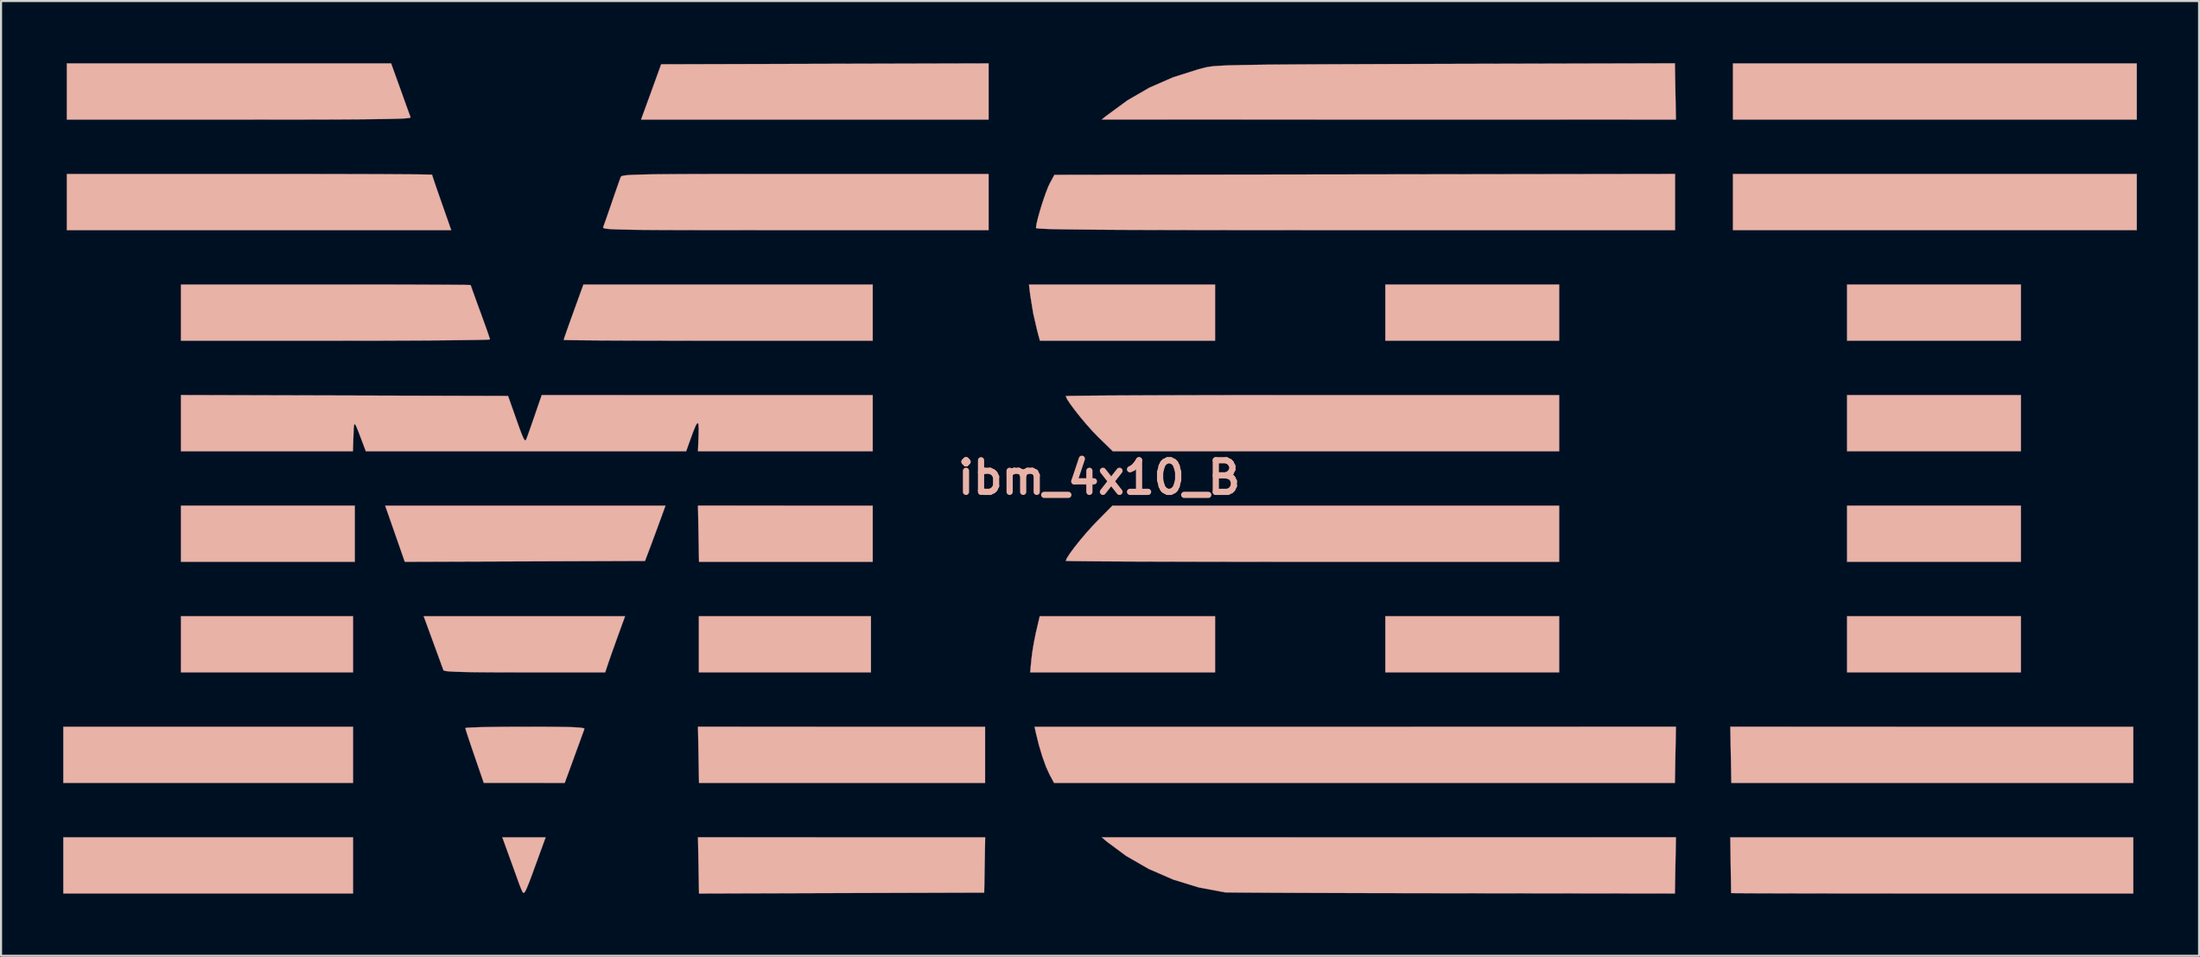
<source format=kicad_pcb>
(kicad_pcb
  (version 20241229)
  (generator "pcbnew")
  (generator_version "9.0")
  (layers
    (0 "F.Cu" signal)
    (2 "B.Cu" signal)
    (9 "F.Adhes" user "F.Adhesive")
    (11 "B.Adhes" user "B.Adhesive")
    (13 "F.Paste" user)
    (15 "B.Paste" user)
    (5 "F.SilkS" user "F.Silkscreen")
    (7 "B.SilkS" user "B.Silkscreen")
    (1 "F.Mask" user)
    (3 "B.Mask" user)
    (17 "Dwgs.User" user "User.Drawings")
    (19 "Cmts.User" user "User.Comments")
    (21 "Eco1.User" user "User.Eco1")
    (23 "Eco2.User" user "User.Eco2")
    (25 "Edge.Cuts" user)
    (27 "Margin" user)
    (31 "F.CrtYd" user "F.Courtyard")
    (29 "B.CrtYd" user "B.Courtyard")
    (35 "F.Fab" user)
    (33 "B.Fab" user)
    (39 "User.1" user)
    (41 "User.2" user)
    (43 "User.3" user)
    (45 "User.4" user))
  (footprint "ibm_4x10_B"
    (layer "F.Cu")
    (at 49.958 19.991)
    (property "Reference" "ibm_4x10_B" (at 0 0 0) (layer "B.SilkS") (effects (font (size 1.524 1.524) (thickness 0.3))))
    (attr through_hole)
    (fp_poly (pts (xy -35.983 9.398) (xy -44.281 9.398) (xy -44.281 6.689) (xy -35.983 6.689) (xy -35.983 9.398)) (stroke (width 0.01) (type solid)) (fill yes) (layer "B.SilkS"))
    (fp_poly (pts (xy -35.983 14.732) (xy -49.953 14.732) (xy -49.953 12.023) (xy -35.983 12.023) (xy -35.983 14.732)) (stroke (width 0.01) (type solid)) (fill yes) (layer "B.SilkS"))
    (fp_poly (pts (xy -35.983 20.066) (xy -49.953 20.066) (xy -49.953 17.357) (xy -35.983 17.357) (xy -35.983 20.066)) (stroke (width 0.01) (type solid)) (fill yes) (layer "B.SilkS"))
    (fp_poly (pts (xy -35.899 4.064) (xy -44.281 4.064) (xy -44.281 1.355) (xy -35.899 1.355) (xy -35.899 4.064)) (stroke (width 0.01) (type solid)) (fill yes) (layer "B.SilkS"))
    (fp_poly (pts (xy -11.007 9.398) (xy -19.304 9.398) (xy -19.304 6.689) (xy -11.007 6.689) (xy -11.007 9.398)) (stroke (width 0.01) (type solid)) (fill yes) (layer "B.SilkS"))
    (fp_poly (pts (xy 22.183 -6.604) (xy 13.801 -6.604) (xy 13.801 -9.313) (xy 22.183 -9.313) (xy 22.183 -6.604)) (stroke (width 0.01) (type solid)) (fill yes) (layer "B.SilkS"))
    (fp_poly (pts (xy 22.183 9.398) (xy 13.801 9.398) (xy 13.801 6.689) (xy 22.183 6.689) (xy 22.183 9.398)) (stroke (width 0.01) (type solid)) (fill yes) (layer "B.SilkS"))
    (fp_poly (pts (xy 44.45 -6.604) (xy 36.068 -6.604) (xy 36.068 -9.313) (xy 44.45 -9.313) (xy 44.45 -6.604)) (stroke (width 0.01) (type solid)) (fill yes) (layer "B.SilkS"))
    (fp_poly (pts (xy 44.45 -1.27) (xy 36.068 -1.27) (xy 36.068 -3.979) (xy 44.45 -3.979) (xy 44.45 -1.27)) (stroke (width 0.01) (type solid)) (fill yes) (layer "B.SilkS"))
    (fp_poly (pts (xy 44.45 4.064) (xy 36.068 4.064) (xy 36.068 1.355) (xy 44.45 1.355) (xy 44.45 4.064)) (stroke (width 0.01) (type solid)) (fill yes) (layer "B.SilkS"))
    (fp_poly (pts (xy 44.45 9.398) (xy 36.068 9.398) (xy 36.068 6.689) (xy 44.45 6.689) (xy 44.45 9.398)) (stroke (width 0.01) (type solid)) (fill yes) (layer "B.SilkS"))
    (fp_poly (pts (xy 50.038 -17.272) (xy 30.565 -17.272) (xy 30.565 -19.981) (xy 50.038 -19.981) (xy 50.038 -17.272)) (stroke (width 0.01) (type solid)) (fill yes) (layer "B.SilkS"))
    (fp_poly (pts (xy 50.038 -11.938) (xy 30.565 -11.938) (xy 30.565 -14.647) (xy 50.038 -14.647) (xy 50.038 -11.938)) (stroke (width 0.01) (type solid)) (fill yes) (layer "B.SilkS"))
    (fp_poly (pts (xy -15.134 1.355) (xy -10.922 1.355) (xy -10.922 4.064) (xy -19.296 4.064) (xy -19.346 1.354) (xy -15.134 1.355)) (stroke (width 0.01) (type solid)) (fill yes) (layer "B.SilkS"))
    (fp_poly (pts (xy -12.425 12.023) (xy -5.503 12.023) (xy -5.503 14.732) (xy -19.296 14.732) (xy -19.346 12.022) (xy -12.425 12.023)) (stroke (width 0.01) (type solid)) (fill yes) (layer "B.SilkS"))
    (fp_poly (pts (xy 40.153 12.023) (xy 49.869 12.023) (xy 49.869 14.732) (xy 30.488 14.732) (xy 30.438 12.022) (xy 40.153 12.023)) (stroke (width 0.01) (type solid)) (fill yes) (layer "B.SilkS"))
    (fp_poly (pts (xy -12.423 17.357) (xy -5.499 17.357) (xy -5.522 18.69) (xy -5.546 20.024) (xy -12.421 20.045) (xy -19.296 20.067) (xy -19.321 18.712) (xy -19.346 17.356) (xy -12.423 17.357)) (stroke (width 0.01) (type solid)) (fill yes) (layer "B.SilkS"))
    (fp_poly (pts (xy 5.588 -6.604) (xy -2.856 -6.604) (xy -2.988 -7.091) (xy -3.18 -7.923) (xy -3.322 -8.796) (xy -3.336 -8.911) (xy -3.383 -9.313) (xy 5.588 -9.313) (xy 5.588 -6.604)) (stroke (width 0.01) (type solid)) (fill yes) (layer "B.SilkS"))
    (fp_poly (pts (xy 5.588 9.398) (xy -3.326 9.398) (xy -3.269 8.784) (xy -3.22 8.397) (xy -3.143 7.936) (xy -3.053 7.492) (xy -3.038 7.429) (xy -2.865 6.689) (xy 5.588 6.689) (xy 5.588 9.398)) (stroke (width 0.01) (type solid)) (fill yes) (layer "B.SilkS"))
    (fp_poly (pts (xy -21.201 2.138) (xy -21.355 2.557) (xy -21.516 2.992) (xy -21.656 3.368) (xy -21.695 3.471) (xy -21.903 4.022) (xy -33.486 4.063) (xy -33.958 2.709) (xy -34.431 1.355) (xy -20.916 1.355) (xy -21.201 2.138)) (stroke (width 0.01) (type solid)) (fill yes) (layer "B.SilkS"))
    (fp_poly (pts (xy -5.334 -17.272) (xy -22.091 -17.272) (xy -21.79 -18.098) (xy -21.638 -18.514) (xy -21.485 -18.937) (xy -21.354 -19.299) (xy -21.306 -19.431) (xy -21.123 -19.939) (xy -13.229 -19.961) (xy -5.334 -19.982) (xy -5.334 -17.272)) (stroke (width 0.01) (type solid)) (fill yes) (layer "B.SilkS"))
    (fp_poly (pts (xy 27.788 13.377) (xy 27.763 14.732) (xy -2.174 14.732) (xy -2.391 14.33) (xy -2.561 13.956) (xy -2.738 13.464) (xy -2.906 12.905) (xy -3.035 12.383) (xy -3.115 12.023) (xy 12.349 12.023) (xy 27.813 12.022) (xy 27.788 13.377)) (stroke (width 0.01) (type solid)) (fill yes) (layer "B.SilkS"))
    (fp_poly (pts (xy -27.171 18.663) (xy -27.36 19.182) (xy -27.503 19.56) (xy -27.607 19.815) (xy -27.681 19.966) (xy -27.734 20.032) (xy -27.775 20.031) (xy -27.807 19.992) (xy -27.868 19.862) (xy -27.954 19.645) (xy -27.976 19.584) (xy -28.052 19.374) (xy -28.169 19.052) (xy -28.309 18.663) (xy -28.437 18.309) (xy -28.782 17.357) (xy -26.696 17.357) (xy -27.171 18.663)) (stroke (width 0.01) (type solid)) (fill yes) (layer "B.SilkS"))
    (fp_poly (pts (xy -10.922 -6.604) (xy -18.373 -6.604) (xy -19.48 -6.604) (xy -20.537 -6.606) (xy -21.533 -6.608) (xy -22.454 -6.61) (xy -23.29 -6.614) (xy -24.028 -6.617) (xy -24.655 -6.622) (xy -25.161 -6.627) (xy -25.532 -6.632) (xy -25.756 -6.637) (xy -25.823 -6.642) (xy -25.796 -6.731) (xy -25.72 -6.951) (xy -25.606 -7.276) (xy -25.462 -7.679) (xy -25.347 -7.997) (xy -24.871 -9.313) (xy -10.922 -9.313) (xy -10.922 -6.604)) (stroke (width 0.01) (type solid)) (fill yes) (layer "B.SilkS"))
    (fp_poly (pts (xy -39.773 -14.647) (xy -38.616 -14.646) (xy -37.52 -14.644) (xy -36.494 -14.642) (xy -35.55 -14.64) (xy -34.699 -14.637) (xy -33.953 -14.633) (xy -33.322 -14.629) (xy -32.818 -14.625) (xy -32.451 -14.62) (xy -32.233 -14.616) (xy -32.173 -14.611) (xy -32.147 -14.524) (xy -32.073 -14.303) (xy -31.962 -13.978) (xy -31.822 -13.574) (xy -31.711 -13.257) (xy -31.249 -11.938) (xy -49.784 -11.938) (xy -49.784 -14.647) (xy -40.979 -14.647) (xy -39.773 -14.647)) (stroke (width 0.01) (type solid)) (fill yes) (layer "B.SilkS"))
    (fp_poly (pts (xy -33.697 -18.733) (xy -33.541 -18.296) (xy -33.403 -17.913) (xy -33.294 -17.612) (xy -33.226 -17.423) (xy -33.21 -17.378) (xy -33.234 -17.36) (xy -33.325 -17.344) (xy -33.493 -17.33) (xy -33.744 -17.317) (xy -34.089 -17.307) (xy -34.534 -17.298) (xy -35.088 -17.291) (xy -35.76 -17.285) (xy -36.558 -17.28) (xy -37.49 -17.276) (xy -38.565 -17.274) (xy -39.791 -17.273) (xy -41.176 -17.272) (xy -41.478 -17.272) (xy -49.784 -17.272) (xy -49.784 -19.981) (xy -34.147 -19.981) (xy -33.697 -18.733)) (stroke (width 0.01) (type solid)) (fill yes) (layer "B.SilkS"))
    (fp_poly (pts (xy -23.211 7.641) (xy -23.362 8.061) (xy -23.506 8.465) (xy -23.624 8.802) (xy -23.69 8.996) (xy -23.824 9.398) (xy -27.705 9.398) (xy -28.659 9.397) (xy -29.455 9.394) (xy -30.106 9.388) (xy -30.624 9.38) (xy -31.019 9.369) (xy -31.305 9.354) (xy -31.493 9.335) (xy -31.595 9.312) (xy -31.623 9.292) (xy -31.664 9.179) (xy -31.752 8.938) (xy -31.876 8.597) (xy -32.026 8.187) (xy -32.117 7.938) (xy -32.574 6.689) (xy -22.865 6.689) (xy -23.211 7.641)) (stroke (width 0.01) (type solid)) (fill yes) (layer "B.SilkS"))
    (fp_poly (pts (xy 40.153 17.357) (xy 49.869 17.357) (xy 49.869 20.066) (xy 40.174 20.066) (xy 38.908 20.066) (xy 37.69 20.065) (xy 36.531 20.064) (xy 35.442 20.063) (xy 34.432 20.062) (xy 33.513 20.06) (xy 32.695 20.058) (xy 31.989 20.056) (xy 31.405 20.054) (xy 30.954 20.051) (xy 30.647 20.049) (xy 30.494 20.046) (xy 30.478 20.045) (xy 30.476 19.957) (xy 30.472 19.73) (xy 30.467 19.391) (xy 30.461 18.971) (xy 30.457 18.69) (xy 30.438 17.357) (xy 40.153 17.357)) (stroke (width 0.01) (type solid)) (fill yes) (layer "B.SilkS"))
    (fp_poly (pts (xy 27.788 18.711) (xy 27.763 20.066) (xy 17.035 20.053) (xy 15.697 20.051) (xy 14.403 20.049) (xy 13.163 20.047) (xy 11.988 20.044) (xy 10.889 20.04) (xy 9.876 20.037) (xy 8.958 20.033) (xy 8.148 20.029) (xy 7.454 20.025) (xy 6.887 20.021) (xy 6.458 20.017) (xy 6.178 20.013) (xy 6.055 20.009) (xy 6.054 20.009) (xy 4.801 19.774) (xy 3.571 19.395) (xy 2.393 18.883) (xy 1.297 18.252) (xy 0.381 17.571) (xy 0.127 17.358) (xy 27.813 17.356) (xy 27.788 18.711)) (stroke (width 0.01) (type solid)) (fill yes) (layer "B.SilkS"))
    (fp_poly (pts (xy 22.183 4.064) (xy 10.287 4.064) (xy 8.882 4.064) (xy 7.525 4.063) (xy 6.224 4.061) (xy 4.989 4.059) (xy 3.831 4.056) (xy 2.758 4.053) (xy 1.779 4.05) (xy 0.906 4.046) (xy 0.146 4.042) (xy -0.489 4.037) (xy -0.992 4.032) (xy -1.352 4.027) (xy -1.559 4.021) (xy -1.609 4.017) (xy -1.554 3.884) (xy -1.406 3.654) (xy -1.185 3.355) (xy -0.913 3.014) (xy -0.611 2.658) (xy -0.3 2.314) (xy -0.131 2.138) (xy 0.639 1.355) (xy 22.183 1.355) (xy 22.183 4.064)) (stroke (width 0.01) (type solid)) (fill yes) (layer "B.SilkS"))
    (fp_poly (pts (xy 22.183 -1.27) (xy 0.657 -1.27) (xy -0.052 -1.962) (xy -0.322 -2.241) (xy -0.614 -2.568) (xy -0.904 -2.913) (xy -1.171 -3.25) (xy -1.392 -3.549) (xy -1.546 -3.783) (xy -1.608 -3.923) (xy -1.609 -3.93) (xy -1.526 -3.936) (xy -1.283 -3.941) (xy -0.89 -3.947) (xy -0.356 -3.952) (xy 0.309 -3.957) (xy 1.095 -3.961) (xy 1.993 -3.965) (xy 2.994 -3.969) (xy 4.087 -3.972) (xy 5.264 -3.975) (xy 6.515 -3.977) (xy 7.829 -3.978) (xy 9.198 -3.979) (xy 10.287 -3.979) (xy 22.183 -3.979) (xy 22.183 -1.27)) (stroke (width 0.01) (type solid)) (fill yes) (layer "B.SilkS"))
    (fp_poly (pts (xy 27.813 -17.272) (xy 13.97 -17.274) (xy 0.127 -17.276) (xy 0.339 -17.447) (xy 1.361 -18.197) (xy 2.422 -18.811) (xy 3.556 -19.307) (xy 4.795 -19.701) (xy 5.122 -19.784) (xy 5.219 -19.805) (xy 5.334 -19.824) (xy 5.475 -19.841) (xy 5.652 -19.857) (xy 5.875 -19.87) (xy 6.151 -19.883) (xy 6.489 -19.893) (xy 6.9 -19.903) (xy 7.391 -19.911) (xy 7.972 -19.919) (xy 8.651 -19.925) (xy 9.438 -19.931) (xy 10.342 -19.936) (xy 11.371 -19.941) (xy 12.534 -19.945) (xy 13.841 -19.95) (xy 15.3 -19.954) (xy 16.739 -19.958) (xy 27.763 -19.986) (xy 27.813 -17.272)) (stroke (width 0.01) (type solid)) (fill yes) (layer "B.SilkS"))
    (fp_poly (pts (xy -26.872 12.024) (xy -26.223 12.028) (xy -25.716 12.035) (xy -25.337 12.046) (xy -25.073 12.062) (xy -24.91 12.082) (xy -24.835 12.108) (xy -24.827 12.129) (xy -24.867 12.241) (xy -24.955 12.483) (xy -25.079 12.824) (xy -25.229 13.234) (xy -25.319 13.483) (xy -25.775 14.732) (xy -27.725 14.731) (xy -29.676 14.731) (xy -30.12 13.44) (xy -30.27 13) (xy -30.399 12.617) (xy -30.497 12.318) (xy -30.554 12.132) (xy -30.565 12.086) (xy -30.483 12.071) (xy -30.252 12.058) (xy -29.89 12.045) (xy -29.417 12.036) (xy -28.852 12.028) (xy -28.215 12.024) (xy -27.677 12.023) (xy -26.872 12.024)) (stroke (width 0.01) (type solid)) (fill yes) (layer "B.SilkS"))
    (fp_poly (pts (xy 27.771 -11.938) (xy 12.361 -11.938) (xy 10.399 -11.938) (xy 8.599 -11.939) (xy 6.956 -11.94) (xy 5.464 -11.942) (xy 4.117 -11.944) (xy 2.908 -11.947) (xy 1.832 -11.95) (xy 0.881 -11.954) (xy 0.051 -11.959) (xy -0.666 -11.965) (xy -1.275 -11.972) (xy -1.783 -11.979) (xy -2.196 -11.987) (xy -2.52 -11.997) (xy -2.76 -12.007) (xy -2.925 -12.018) (xy -3.018 -12.03) (xy -3.048 -12.044) (xy -3.02 -12.241) (xy -2.945 -12.552) (xy -2.838 -12.93) (xy -2.713 -13.331) (xy -2.582 -13.71) (xy -2.462 -14.02) (xy -2.39 -14.174) (xy -2.159 -14.605) (xy 12.806 -14.626) (xy 27.771 -14.648) (xy 27.771 -11.938)) (stroke (width 0.01) (type solid)) (fill yes) (layer "B.SilkS"))
    (fp_poly (pts (xy -36.224 -9.313) (xy -35.203 -9.312) (xy -34.245 -9.311) (xy -33.361 -9.309) (xy -32.566 -9.306) (xy -31.87 -9.303) (xy -31.286 -9.3) (xy -30.828 -9.296) (xy -30.507 -9.293) (xy -30.336 -9.288) (xy -30.311 -9.286) (xy -30.283 -9.202) (xy -30.206 -8.986) (xy -30.091 -8.666) (xy -29.947 -8.269) (xy -29.846 -7.995) (xy -29.688 -7.561) (xy -29.553 -7.184) (xy -29.45 -6.89) (xy -29.391 -6.71) (xy -29.38 -6.668) (xy -29.463 -6.658) (xy -29.703 -6.649) (xy -30.087 -6.641) (xy -30.606 -6.633) (xy -31.245 -6.626) (xy -31.992 -6.619) (xy -32.837 -6.614) (xy -33.767 -6.61) (xy -34.769 -6.606) (xy -35.832 -6.605) (xy -36.83 -6.604) (xy -44.281 -6.604) (xy -44.281 -9.313) (xy -37.296 -9.313) (xy -36.224 -9.313)) (stroke (width 0.01) (type solid)) (fill yes) (layer "B.SilkS"))
    (fp_poly (pts (xy -28.507 -3.937) (xy -28.104 -2.794) (xy -27.946 -2.349) (xy -27.83 -2.046) (xy -27.749 -1.867) (xy -27.692 -1.792) (xy -27.65 -1.803) (xy -27.62 -1.863) (xy -27.56 -2.025) (xy -27.46 -2.307) (xy -27.334 -2.667) (xy -27.21 -3.026) (xy -26.882 -3.978) (xy -18.902 -3.979) (xy -10.922 -3.979) (xy -10.922 -1.27) (xy -15.134 -1.27) (xy -19.346 -1.27) (xy -19.319 -2.011) (xy -19.312 -2.377) (xy -19.327 -2.588) (xy -19.37 -2.64) (xy -19.445 -2.534) (xy -19.558 -2.267) (xy -19.684 -1.926) (xy -19.919 -1.27) (xy -35.364 -1.27) (xy -35.58 -1.841) (xy -35.732 -2.242) (xy -35.835 -2.489) (xy -35.898 -2.588) (xy -35.934 -2.543) (xy -35.952 -2.359) (xy -35.964 -2.04) (xy -35.965 -2.011) (xy -35.99 -1.27) (xy -44.281 -1.27) (xy -44.281 -3.98) (xy -28.507 -3.937)) (stroke (width 0.01) (type solid)) (fill yes) (layer "B.SilkS"))
    (fp_poly (pts (xy -5.334 -11.938) (xy -14.656 -11.938) (xy -16.114 -11.938) (xy -17.412 -11.939) (xy -18.558 -11.939) (xy -19.563 -11.941) (xy -20.435 -11.943) (xy -21.184 -11.946) (xy -21.819 -11.95) (xy -22.349 -11.955) (xy -22.784 -11.962) (xy -23.132 -11.97) (xy -23.403 -11.98) (xy -23.605 -11.991) (xy -23.749 -12.005) (xy -23.843 -12.02) (xy -23.897 -12.038) (xy -23.92 -12.058) (xy -23.92 -12.081) (xy -23.918 -12.086) (xy -23.869 -12.219) (xy -23.777 -12.477) (xy -23.656 -12.825) (xy -23.517 -13.227) (xy -23.495 -13.293) (xy -23.355 -13.7) (xy -23.23 -14.059) (xy -23.133 -14.333) (xy -23.076 -14.488) (xy -23.072 -14.499) (xy -23.055 -14.523) (xy -23.019 -14.544) (xy -22.954 -14.563) (xy -22.851 -14.579) (xy -22.7 -14.593) (xy -22.491 -14.605) (xy -22.215 -14.615) (xy -21.863 -14.623) (xy -21.424 -14.63) (xy -20.889 -14.635) (xy -20.248 -14.64) (xy -19.493 -14.643) (xy -18.613 -14.645) (xy -17.598 -14.646) (xy -16.44 -14.647) (xy -15.129 -14.647) (xy -14.173 -14.647) (xy -5.334 -14.647) (xy -5.334 -11.938)) (stroke (width 0.01) (type solid)) (fill yes) (layer "B.SilkS")))
  (gr_rect
    (start -3 -3)
    (end 103.001 43.063)
    (stroke (width 0.1) (type default))
    (fill no)
    (layer "Edge.Cuts")))
</source>
